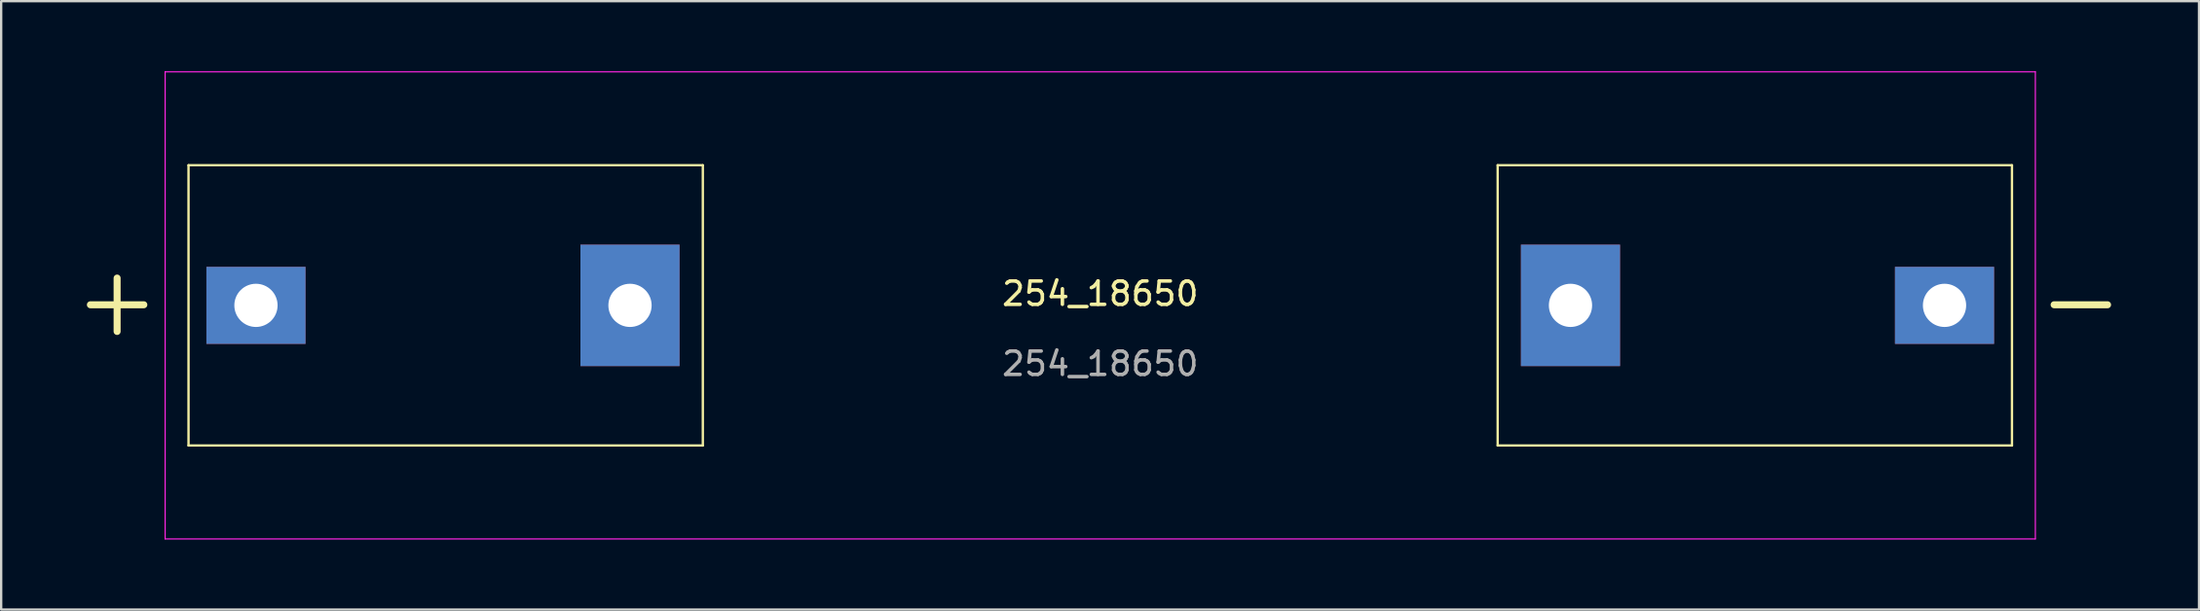
<source format=kicad_pcb>
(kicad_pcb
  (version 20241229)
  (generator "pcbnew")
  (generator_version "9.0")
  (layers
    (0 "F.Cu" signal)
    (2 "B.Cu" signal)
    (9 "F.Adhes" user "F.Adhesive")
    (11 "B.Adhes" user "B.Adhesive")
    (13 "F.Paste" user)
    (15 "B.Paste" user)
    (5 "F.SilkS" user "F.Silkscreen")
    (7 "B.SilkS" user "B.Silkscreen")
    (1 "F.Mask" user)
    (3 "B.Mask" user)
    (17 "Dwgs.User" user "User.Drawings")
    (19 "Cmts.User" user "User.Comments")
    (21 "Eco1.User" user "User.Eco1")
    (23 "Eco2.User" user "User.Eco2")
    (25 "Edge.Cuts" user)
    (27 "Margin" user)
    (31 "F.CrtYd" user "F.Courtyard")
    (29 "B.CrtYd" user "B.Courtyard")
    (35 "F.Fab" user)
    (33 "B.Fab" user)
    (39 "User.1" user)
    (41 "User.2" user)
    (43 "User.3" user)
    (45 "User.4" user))
  (footprint "254_18650"
    (layer "F.Cu")
    (at 44.014 10.025)
    (property "Reference" "254_18650" (at 0 -0.5 0) (unlocked yes) (layer "F.SilkS") (effects (font (size 1 1) (thickness 0.15))))
    (attr smd)
    (fp_line (start -39 -6) (end -39 6) (stroke (width 0.1) (type default)) (layer "F.SilkS"))
    (fp_line (start -39 6) (end -17 6) (stroke (width 0.1) (type default)) (layer "F.SilkS"))
    (fp_line (start -17 -6) (end -39 -6) (stroke (width 0.1) (type default)) (layer "F.SilkS"))
    (fp_line (start -17 6) (end -17 -6) (stroke (width 0.1) (type default)) (layer "F.SilkS"))
    (fp_line (start 17 -6) (end 17 6) (stroke (width 0.1) (type default)) (layer "F.SilkS"))
    (fp_line (start 17 6) (end 39 6) (stroke (width 0.1) (type default)) (layer "F.SilkS"))
    (fp_line (start 39 -6) (end 17 -6) (stroke (width 0.1) (type default)) (layer "F.SilkS"))
    (fp_line (start 39 6) (end 39 -6) (stroke (width 0.1) (type default)) (layer "F.SilkS"))
    (fp_line (start -40 -10) (end -40 10) (stroke (width 0.05) (type default)) (layer "F.CrtYd"))
    (fp_line (start -40 10) (end 40 10) (stroke (width 0.05) (type default)) (layer "F.CrtYd"))
    (fp_line (start 40 -10) (end -40 -10) (stroke (width 0.05) (type default)) (layer "F.CrtYd"))
    (fp_line (start 40 10) (end 40 -10) (stroke (width 0.05) (type default)) (layer "F.CrtYd"))
    (fp_text user "-" (at 44 1.5 0) (unlocked yes) (layer "F.SilkS") (effects (font (size 3 3) (thickness 0.3) (bold yes)) (justify left bottom mirror)))
    (fp_text user "+" (at -40 1.5 0) (unlocked yes) (layer "F.SilkS") (effects (font (size 3 3) (thickness 0.3) (bold yes)) (justify left bottom mirror)))
    (fp_text user "${REFERENCE}" (at 0 2.5 0) (unlocked yes) (layer "F.Fab") (effects (font (size 1 1) (thickness 0.15))))
    (pad "1" thru_hole rect (at -36.115 0) (size 4.24 3.3) (drill 1.85) (layers "*.Cu" "*.Mask"))
    (pad "1" thru_hole rect (at -20.115 0) (size 4.24 5.2) (drill 1.85) (layers "*.Cu" "*.Mask"))
    (pad "2" thru_hole rect (at 20.115 0) (size 4.24 5.2) (drill 1.85) (layers "*.Cu" "*.Mask"))
    (pad "2" thru_hole rect (at 36.115 0) (size 4.24 3.3) (drill 1.85) (layers "*.Cu" "*.Mask")))
  (gr_rect
    (start -3 -3)
    (end 91.014 23.05)
    (stroke (width 0.1) (type default))
    (fill no)
    (layer "Edge.Cuts")))
</source>
